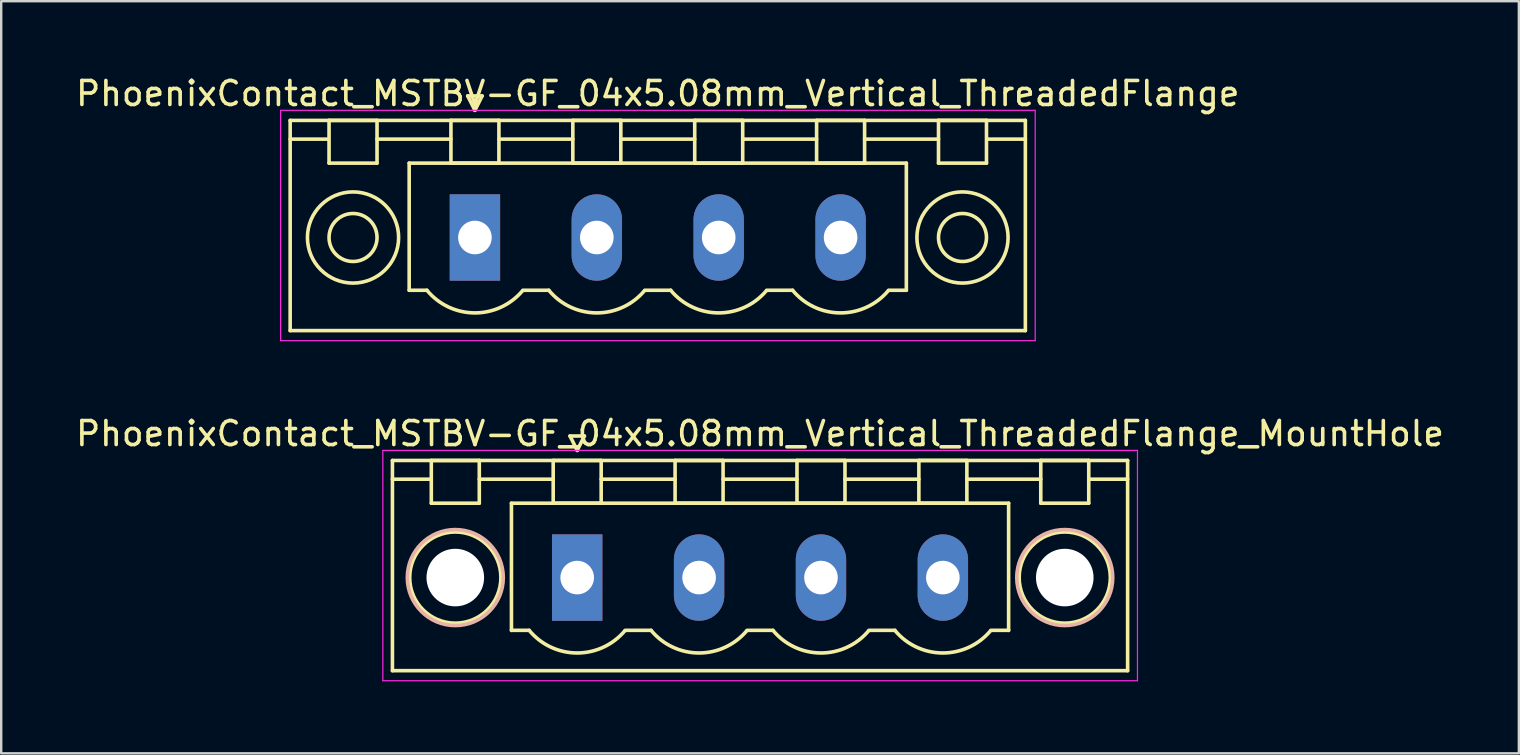
<source format=kicad_pcb>
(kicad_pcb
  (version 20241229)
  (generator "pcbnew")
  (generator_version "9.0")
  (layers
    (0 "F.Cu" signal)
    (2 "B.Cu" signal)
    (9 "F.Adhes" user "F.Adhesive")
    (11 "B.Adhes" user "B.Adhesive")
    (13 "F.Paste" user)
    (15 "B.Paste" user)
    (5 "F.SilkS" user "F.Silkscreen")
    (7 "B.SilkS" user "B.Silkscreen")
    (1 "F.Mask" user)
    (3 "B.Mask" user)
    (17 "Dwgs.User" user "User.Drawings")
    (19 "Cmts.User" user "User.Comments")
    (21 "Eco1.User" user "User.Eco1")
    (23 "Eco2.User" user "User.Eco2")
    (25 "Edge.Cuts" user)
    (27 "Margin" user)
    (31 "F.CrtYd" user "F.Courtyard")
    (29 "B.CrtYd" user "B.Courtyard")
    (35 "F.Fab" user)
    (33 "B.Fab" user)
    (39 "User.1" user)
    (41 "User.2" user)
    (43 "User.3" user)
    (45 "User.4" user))
  (footprint "PhoenixContact_MSTBV-GF_04x5.08mm_Vertical_ThreadedFlange_MountHole"
    (layer "F.Cu")
    (at 21.005 21.021)
    (property "Reference" "PhoenixContact_MSTBV-GF_04x5.08mm_Vertical_ThreadedFlange_MountHole" (at 7.62 -6 0) (layer "F.SilkS") (effects (font (size 1 1) (thickness 0.15))))
    (attr through_hole)
    (fp_line (start -7.7 -4.88) (end -7.7 3.88) (stroke (width 0.15) (type solid)) (layer "F.SilkS"))
    (fp_line (start -7.7 -4.1) (end -6.16 -4.1) (stroke (width 0.15) (type solid)) (layer "F.SilkS"))
    (fp_line (start -7.7 3.88) (end 22.94 3.88) (stroke (width 0.15) (type solid)) (layer "F.SilkS"))
    (fp_line (start -6.08 -4.88) (end -4.08 -4.88) (stroke (width 0.15) (type solid)) (layer "F.SilkS"))
    (fp_line (start -6.08 -3.1) (end -6.08 -4.88) (stroke (width 0.15) (type solid)) (layer "F.SilkS"))
    (fp_line (start -4.08 -4.88) (end -4.08 -3.1) (stroke (width 0.15) (type solid)) (layer "F.SilkS"))
    (fp_line (start -4.08 -4.1) (end -1 -4.1) (stroke (width 0.15) (type solid)) (layer "F.SilkS"))
    (fp_line (start -4.08 -3.1) (end -6.08 -3.1) (stroke (width 0.15) (type solid)) (layer "F.SilkS"))
    (fp_line (start -2.74 -3.1) (end 17.98 -3.1) (stroke (width 0.15) (type solid)) (layer "F.SilkS"))
    (fp_line (start -2.74 2.2) (end -2.74 -3.1) (stroke (width 0.15) (type solid)) (layer "F.SilkS"))
    (fp_line (start -2 2.2) (end -2.74 2.2) (stroke (width 0.15) (type solid)) (layer "F.SilkS"))
    (fp_line (start -1 -4.88) (end 1 -4.88) (stroke (width 0.15) (type solid)) (layer "F.SilkS"))
    (fp_line (start -1 -3.1) (end -1 -4.88) (stroke (width 0.15) (type solid)) (layer "F.SilkS"))
    (fp_line (start -0.3 -5.9) (end 0 -5.3) (stroke (width 0.15) (type solid)) (layer "F.SilkS"))
    (fp_line (start 0 -5.3) (end 0.3 -5.9) (stroke (width 0.15) (type solid)) (layer "F.SilkS"))
    (fp_line (start 0.3 -5.9) (end -0.3 -5.9) (stroke (width 0.15) (type solid)) (layer "F.SilkS"))
    (fp_line (start 1 -4.88) (end 1 -3.1) (stroke (width 0.15) (type solid)) (layer "F.SilkS"))
    (fp_line (start 1 -4.1) (end 4.08 -4.1) (stroke (width 0.15) (type solid)) (layer "F.SilkS"))
    (fp_line (start 1 -3.1) (end -1 -3.1) (stroke (width 0.15) (type solid)) (layer "F.SilkS"))
    (fp_line (start 2 2.2) (end 3.08 2.2) (stroke (width 0.15) (type solid)) (layer "F.SilkS"))
    (fp_line (start 4.08 -4.88) (end 6.08 -4.88) (stroke (width 0.15) (type solid)) (layer "F.SilkS"))
    (fp_line (start 4.08 -3.1) (end 4.08 -4.88) (stroke (width 0.15) (type solid)) (layer "F.SilkS"))
    (fp_line (start 6.08 -4.88) (end 6.08 -3.1) (stroke (width 0.15) (type solid)) (layer "F.SilkS"))
    (fp_line (start 6.08 -4.1) (end 9.16 -4.1) (stroke (width 0.15) (type solid)) (layer "F.SilkS"))
    (fp_line (start 6.08 -3.1) (end 4.08 -3.1) (stroke (width 0.15) (type solid)) (layer "F.SilkS"))
    (fp_line (start 7.08 2.2) (end 8.16 2.2) (stroke (width 0.15) (type solid)) (layer "F.SilkS"))
    (fp_line (start 9.16 -4.88) (end 11.16 -4.88) (stroke (width 0.15) (type solid)) (layer "F.SilkS"))
    (fp_line (start 9.16 -3.1) (end 9.16 -4.88) (stroke (width 0.15) (type solid)) (layer "F.SilkS"))
    (fp_line (start 11.16 -4.88) (end 11.16 -3.1) (stroke (width 0.15) (type solid)) (layer "F.SilkS"))
    (fp_line (start 11.16 -4.1) (end 14.24 -4.1) (stroke (width 0.15) (type solid)) (layer "F.SilkS"))
    (fp_line (start 11.16 -3.1) (end 9.16 -3.1) (stroke (width 0.15) (type solid)) (layer "F.SilkS"))
    (fp_line (start 12.16 2.2) (end 13.24 2.2) (stroke (width 0.15) (type solid)) (layer "F.SilkS"))
    (fp_line (start 14.24 -4.88) (end 16.24 -4.88) (stroke (width 0.15) (type solid)) (layer "F.SilkS"))
    (fp_line (start 14.24 -3.1) (end 14.24 -4.88) (stroke (width 0.15) (type solid)) (layer "F.SilkS"))
    (fp_line (start 16.24 -4.88) (end 16.24 -3.1) (stroke (width 0.15) (type solid)) (layer "F.SilkS"))
    (fp_line (start 16.24 -4.1) (end 19.32 -4.1) (stroke (width 0.15) (type solid)) (layer "F.SilkS"))
    (fp_line (start 16.24 -3.1) (end 14.24 -3.1) (stroke (width 0.15) (type solid)) (layer "F.SilkS"))
    (fp_line (start 17.98 -3.1) (end 17.98 2.2) (stroke (width 0.15) (type solid)) (layer "F.SilkS"))
    (fp_line (start 17.98 2.2) (end 17.24 2.2) (stroke (width 0.15) (type solid)) (layer "F.SilkS"))
    (fp_line (start 19.32 -4.88) (end 21.32 -4.88) (stroke (width 0.15) (type solid)) (layer "F.SilkS"))
    (fp_line (start 19.32 -3.1) (end 19.32 -4.88) (stroke (width 0.15) (type solid)) (layer "F.SilkS"))
    (fp_line (start 21.32 -4.88) (end 21.32 -3.1) (stroke (width 0.15) (type solid)) (layer "F.SilkS"))
    (fp_line (start 21.32 -3.1) (end 19.32 -3.1) (stroke (width 0.15) (type solid)) (layer "F.SilkS"))
    (fp_line (start 22.94 -4.88) (end -7.7 -4.88) (stroke (width 0.15) (type solid)) (layer "F.SilkS"))
    (fp_line (start 22.94 -4.1) (end 21.4 -4.1) (stroke (width 0.15) (type solid)) (layer "F.SilkS"))
    (fp_line (start 22.94 3.88) (end 22.94 -4.88) (stroke (width 0.15) (type solid)) (layer "F.SilkS"))
    (fp_arc (start 1.986842 2.215821) (mid -0.010289 3.142758) (end -2 2.2) (stroke (width 0.15) (type solid)) (layer "F.SilkS"))
    (fp_arc (start 7.066842 2.215821) (mid 5.069711 3.142758) (end 3.08 2.2) (stroke (width 0.15) (type solid)) (layer "F.SilkS"))
    (fp_arc (start 12.146842 2.215821) (mid 10.149711 3.142758) (end 8.16 2.2) (stroke (width 0.15) (type solid)) (layer "F.SilkS"))
    (fp_arc (start 17.226842 2.215821) (mid 15.229711 3.142758) (end 13.24 2.2) (stroke (width 0.15) (type solid)) (layer "F.SilkS"))
    (fp_circle (center -5.08 0) (end -3.18 0) (stroke (width 0.15) (type solid)) (fill no) (layer "F.SilkS"))
    (fp_circle (center 20.32 0) (end 22.22 0) (stroke (width 0.15) (type solid)) (fill no) (layer "F.SilkS"))
    (fp_circle (center -5.08 0) (end -3.08 0) (stroke (width 0.15) (type solid)) (fill no) (layer "B.SilkS"))
    (fp_circle (center 20.32 0) (end 22.32 0) (stroke (width 0.15) (type solid)) (fill no) (layer "B.SilkS"))
    (fp_line (start -8.1 -5.3) (end -8.1 4.3) (stroke (width 0.05) (type solid)) (layer "F.CrtYd"))
    (fp_line (start -8.1 4.3) (end 23.35 4.3) (stroke (width 0.05) (type solid)) (layer "F.CrtYd"))
    (fp_line (start 23.35 -5.3) (end -8.1 -5.3) (stroke (width 0.05) (type solid)) (layer "F.CrtYd"))
    (fp_line (start 23.35 4.3) (end 23.35 -5.3) (stroke (width 0.05) (type solid)) (layer "F.CrtYd"))
    (pad "" np_thru_hole circle (at -5.08 0) (size 2.4 2.4) (drill 2.4) (layers "*.Cu" "*.Mask"))
    (pad "" np_thru_hole circle (at 20.32 0) (size 2.4 2.4) (drill 2.4) (layers "*.Cu" "*.Mask"))
    (pad "1" thru_hole rect (at 0 0) (size 2.1 3.6) (drill 1.4) (layers "*.Cu" "*.Mask"))
    (pad "2" thru_hole oval (at 5.08 0) (size 2.1 3.6) (drill 1.4) (layers "*.Cu" "*.Mask"))
    (pad "3" thru_hole oval (at 10.16 0) (size 2.1 3.6) (drill 1.4) (layers "*.Cu" "*.Mask"))
    (pad "4" thru_hole oval (at 15.24 0) (size 2.1 3.6) (drill 1.4) (layers "*.Cu" "*.Mask")))
  (footprint "PhoenixContact_MSTBV-GF_04x5.08mm_Vertical_ThreadedFlange"
    (layer "F.Cu")
    (at 16.743 6.848)
    (property "Reference" "PhoenixContact_MSTBV-GF_04x5.08mm_Vertical_ThreadedFlange" (at 7.62 -6 0) (layer "F.SilkS") (effects (font (size 1 1) (thickness 0.15))))
    (attr through_hole)
    (fp_line (start -7.7 -4.88) (end -7.7 3.88) (stroke (width 0.15) (type solid)) (layer "F.SilkS"))
    (fp_line (start -7.7 -4.1) (end -6.16 -4.1) (stroke (width 0.15) (type solid)) (layer "F.SilkS"))
    (fp_line (start -7.7 3.88) (end 22.94 3.88) (stroke (width 0.15) (type solid)) (layer "F.SilkS"))
    (fp_line (start -6.08 -4.88) (end -4.08 -4.88) (stroke (width 0.15) (type solid)) (layer "F.SilkS"))
    (fp_line (start -6.08 -3.1) (end -6.08 -4.88) (stroke (width 0.15) (type solid)) (layer "F.SilkS"))
    (fp_line (start -4.08 -4.88) (end -4.08 -3.1) (stroke (width 0.15) (type solid)) (layer "F.SilkS"))
    (fp_line (start -4.08 -4.1) (end -1 -4.1) (stroke (width 0.15) (type solid)) (layer "F.SilkS"))
    (fp_line (start -4.08 -3.1) (end -6.08 -3.1) (stroke (width 0.15) (type solid)) (layer "F.SilkS"))
    (fp_line (start -2.74 -3.1) (end 17.98 -3.1) (stroke (width 0.15) (type solid)) (layer "F.SilkS"))
    (fp_line (start -2.74 2.2) (end -2.74 -3.1) (stroke (width 0.15) (type solid)) (layer "F.SilkS"))
    (fp_line (start -2 2.2) (end -2.74 2.2) (stroke (width 0.15) (type solid)) (layer "F.SilkS"))
    (fp_line (start -1 -4.88) (end 1 -4.88) (stroke (width 0.15) (type solid)) (layer "F.SilkS"))
    (fp_line (start -1 -3.1) (end -1 -4.88) (stroke (width 0.15) (type solid)) (layer "F.SilkS"))
    (fp_line (start -0.3 -5.9) (end 0 -5.3) (stroke (width 0.15) (type solid)) (layer "F.SilkS"))
    (fp_line (start 0 -5.3) (end 0.3 -5.9) (stroke (width 0.15) (type solid)) (layer "F.SilkS"))
    (fp_line (start 0.3 -5.9) (end -0.3 -5.9) (stroke (width 0.15) (type solid)) (layer "F.SilkS"))
    (fp_line (start 1 -4.88) (end 1 -3.1) (stroke (width 0.15) (type solid)) (layer "F.SilkS"))
    (fp_line (start 1 -4.1) (end 4.08 -4.1) (stroke (width 0.15) (type solid)) (layer "F.SilkS"))
    (fp_line (start 1 -3.1) (end -1 -3.1) (stroke (width 0.15) (type solid)) (layer "F.SilkS"))
    (fp_line (start 2 2.2) (end 3.08 2.2) (stroke (width 0.15) (type solid)) (layer "F.SilkS"))
    (fp_line (start 4.08 -4.88) (end 6.08 -4.88) (stroke (width 0.15) (type solid)) (layer "F.SilkS"))
    (fp_line (start 4.08 -3.1) (end 4.08 -4.88) (stroke (width 0.15) (type solid)) (layer "F.SilkS"))
    (fp_line (start 6.08 -4.88) (end 6.08 -3.1) (stroke (width 0.15) (type solid)) (layer "F.SilkS"))
    (fp_line (start 6.08 -4.1) (end 9.16 -4.1) (stroke (width 0.15) (type solid)) (layer "F.SilkS"))
    (fp_line (start 6.08 -3.1) (end 4.08 -3.1) (stroke (width 0.15) (type solid)) (layer "F.SilkS"))
    (fp_line (start 7.08 2.2) (end 8.16 2.2) (stroke (width 0.15) (type solid)) (layer "F.SilkS"))
    (fp_line (start 9.16 -4.88) (end 11.16 -4.88) (stroke (width 0.15) (type solid)) (layer "F.SilkS"))
    (fp_line (start 9.16 -3.1) (end 9.16 -4.88) (stroke (width 0.15) (type solid)) (layer "F.SilkS"))
    (fp_line (start 11.16 -4.88) (end 11.16 -3.1) (stroke (width 0.15) (type solid)) (layer "F.SilkS"))
    (fp_line (start 11.16 -4.1) (end 14.24 -4.1) (stroke (width 0.15) (type solid)) (layer "F.SilkS"))
    (fp_line (start 11.16 -3.1) (end 9.16 -3.1) (stroke (width 0.15) (type solid)) (layer "F.SilkS"))
    (fp_line (start 12.16 2.2) (end 13.24 2.2) (stroke (width 0.15) (type solid)) (layer "F.SilkS"))
    (fp_line (start 14.24 -4.88) (end 16.24 -4.88) (stroke (width 0.15) (type solid)) (layer "F.SilkS"))
    (fp_line (start 14.24 -3.1) (end 14.24 -4.88) (stroke (width 0.15) (type solid)) (layer "F.SilkS"))
    (fp_line (start 16.24 -4.88) (end 16.24 -3.1) (stroke (width 0.15) (type solid)) (layer "F.SilkS"))
    (fp_line (start 16.24 -4.1) (end 19.32 -4.1) (stroke (width 0.15) (type solid)) (layer "F.SilkS"))
    (fp_line (start 16.24 -3.1) (end 14.24 -3.1) (stroke (width 0.15) (type solid)) (layer "F.SilkS"))
    (fp_line (start 17.98 -3.1) (end 17.98 2.2) (stroke (width 0.15) (type solid)) (layer "F.SilkS"))
    (fp_line (start 17.98 2.2) (end 17.24 2.2) (stroke (width 0.15) (type solid)) (layer "F.SilkS"))
    (fp_line (start 19.32 -4.88) (end 21.32 -4.88) (stroke (width 0.15) (type solid)) (layer "F.SilkS"))
    (fp_line (start 19.32 -3.1) (end 19.32 -4.88) (stroke (width 0.15) (type solid)) (layer "F.SilkS"))
    (fp_line (start 21.32 -4.88) (end 21.32 -3.1) (stroke (width 0.15) (type solid)) (layer "F.SilkS"))
    (fp_line (start 21.32 -3.1) (end 19.32 -3.1) (stroke (width 0.15) (type solid)) (layer "F.SilkS"))
    (fp_line (start 22.94 -4.88) (end -7.7 -4.88) (stroke (width 0.15) (type solid)) (layer "F.SilkS"))
    (fp_line (start 22.94 -4.1) (end 21.4 -4.1) (stroke (width 0.15) (type solid)) (layer "F.SilkS"))
    (fp_line (start 22.94 3.88) (end 22.94 -4.88) (stroke (width 0.15) (type solid)) (layer "F.SilkS"))
    (fp_arc (start 1.986842 2.215821) (mid -0.010289 3.142758) (end -2 2.2) (stroke (width 0.15) (type solid)) (layer "F.SilkS"))
    (fp_arc (start 7.066842 2.215821) (mid 5.069711 3.142758) (end 3.08 2.2) (stroke (width 0.15) (type solid)) (layer "F.SilkS"))
    (fp_arc (start 12.146842 2.215821) (mid 10.149711 3.142758) (end 8.16 2.2) (stroke (width 0.15) (type solid)) (layer "F.SilkS"))
    (fp_arc (start 17.226842 2.215821) (mid 15.229711 3.142758) (end 13.24 2.2) (stroke (width 0.15) (type solid)) (layer "F.SilkS"))
    (fp_circle (center -5.08 0) (end -4.08 0) (stroke (width 0.15) (type solid)) (fill no) (layer "F.SilkS"))
    (fp_circle (center -5.08 0) (end -3.18 0) (stroke (width 0.15) (type solid)) (fill no) (layer "F.SilkS"))
    (fp_circle (center 20.32 0) (end 21.32 0) (stroke (width 0.15) (type solid)) (fill no) (layer "F.SilkS"))
    (fp_circle (center 20.32 0) (end 22.22 0) (stroke (width 0.15) (type solid)) (fill no) (layer "F.SilkS"))
    (fp_line (start -8.1 -5.3) (end -8.1 4.3) (stroke (width 0.05) (type solid)) (layer "F.CrtYd"))
    (fp_line (start -8.1 4.3) (end 23.35 4.3) (stroke (width 0.05) (type solid)) (layer "F.CrtYd"))
    (fp_line (start 23.35 -5.3) (end -8.1 -5.3) (stroke (width 0.05) (type solid)) (layer "F.CrtYd"))
    (fp_line (start 23.35 4.3) (end 23.35 -5.3) (stroke (width 0.05) (type solid)) (layer "F.CrtYd"))
    (pad "1" thru_hole rect (at 0 0) (size 2.1 3.6) (drill 1.4) (layers "*.Cu" "*.Mask"))
    (pad "2" thru_hole oval (at 5.08 0) (size 2.1 3.6) (drill 1.4) (layers "*.Cu" "*.Mask"))
    (pad "3" thru_hole oval (at 10.16 0) (size 2.1 3.6) (drill 1.4) (layers "*.Cu" "*.Mask"))
    (pad "4" thru_hole oval (at 15.24 0) (size 2.1 3.6) (drill 1.4) (layers "*.Cu" "*.Mask")))
  (gr_rect
    (start -3 -3)
    (end 60.25 28.346)
    (stroke (width 0.1) (type default))
    (fill no)
    (layer "Edge.Cuts")))
</source>
